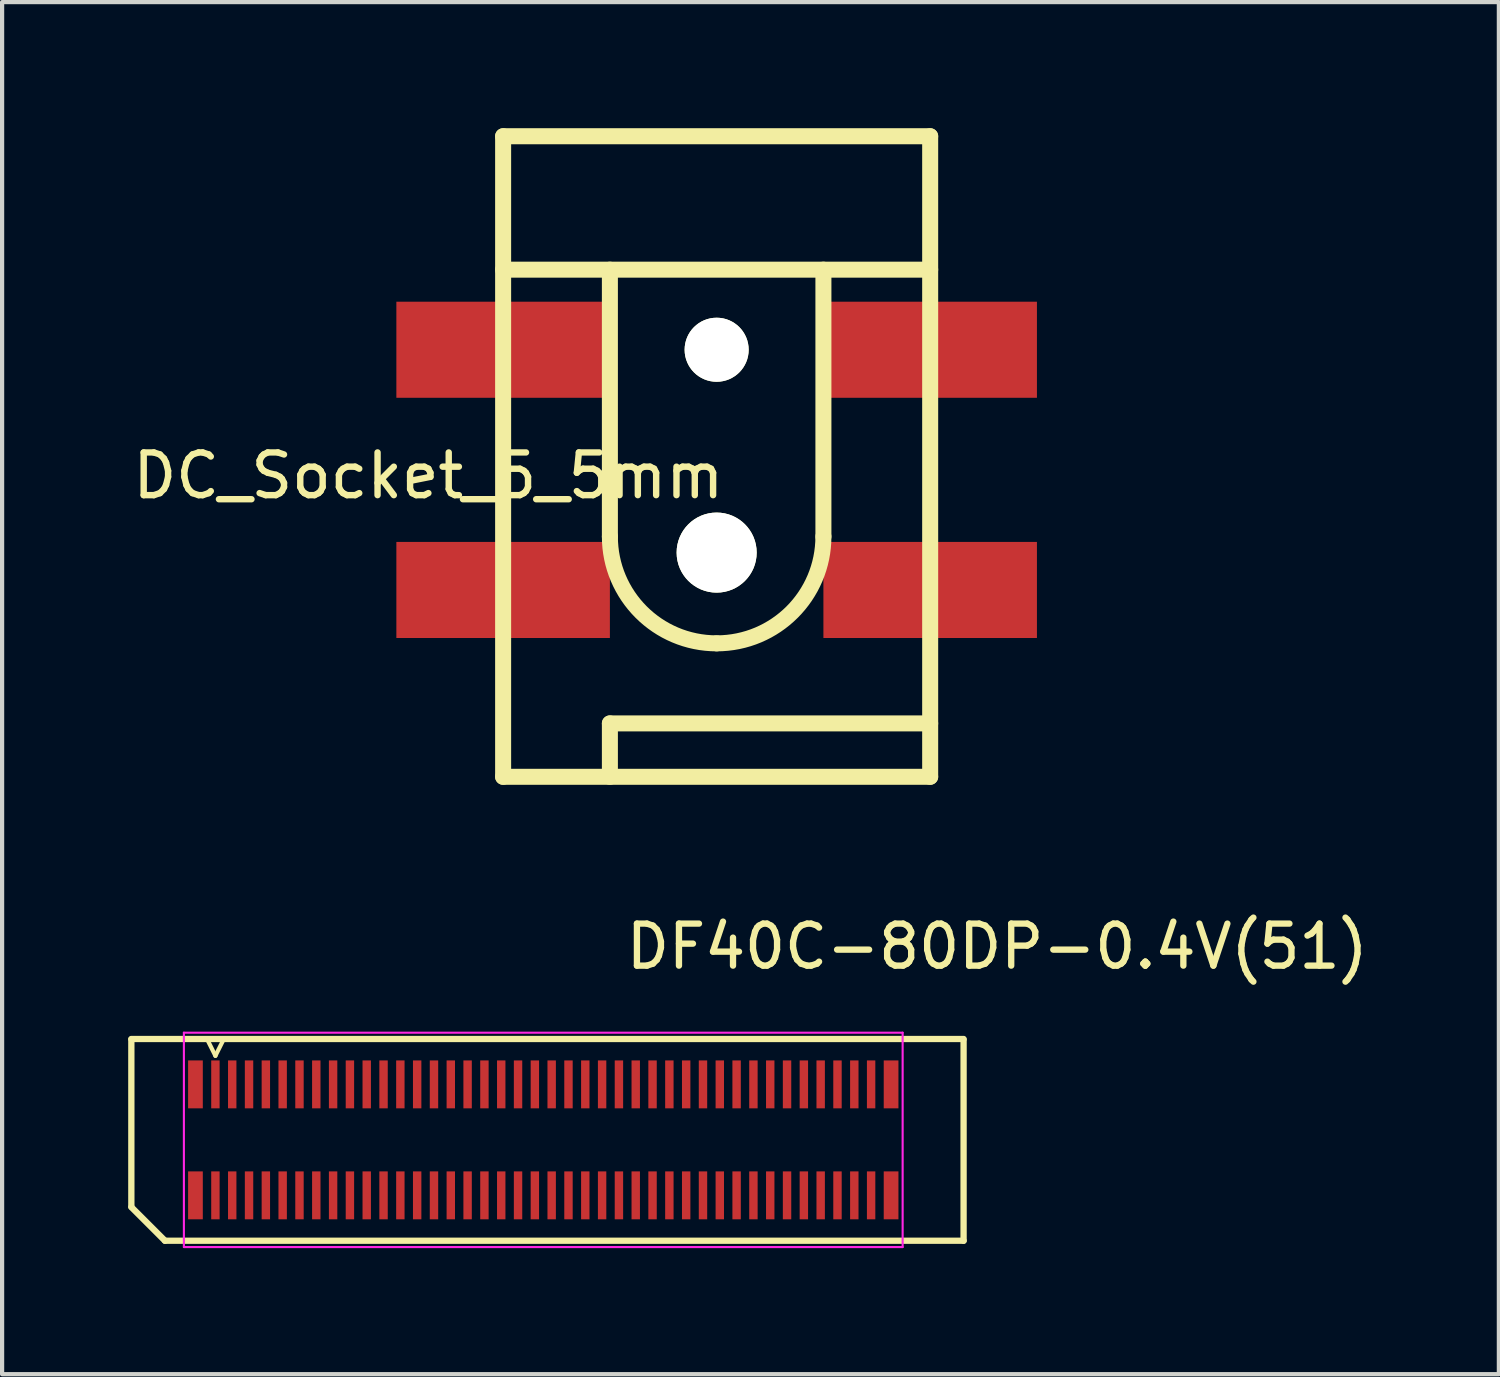
<source format=kicad_pcb>
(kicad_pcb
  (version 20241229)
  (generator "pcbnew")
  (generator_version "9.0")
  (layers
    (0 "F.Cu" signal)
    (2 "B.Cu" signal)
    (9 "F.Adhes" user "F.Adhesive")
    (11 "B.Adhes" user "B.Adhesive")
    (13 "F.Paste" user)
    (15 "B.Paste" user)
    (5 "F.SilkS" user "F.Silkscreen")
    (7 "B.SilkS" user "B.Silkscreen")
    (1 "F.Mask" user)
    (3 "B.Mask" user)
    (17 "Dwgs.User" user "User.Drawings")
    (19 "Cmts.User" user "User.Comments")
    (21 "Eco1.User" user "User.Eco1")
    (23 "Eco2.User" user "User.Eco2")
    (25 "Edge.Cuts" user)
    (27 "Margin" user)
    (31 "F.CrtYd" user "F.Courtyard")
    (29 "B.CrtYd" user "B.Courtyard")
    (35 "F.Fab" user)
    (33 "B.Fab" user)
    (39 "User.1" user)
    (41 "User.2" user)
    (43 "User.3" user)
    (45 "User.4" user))
  (footprint "DF40C-80DP-0.4V(51)"
    (layer "F.Cu")
    (at 9.875 24.069)
    (property "Reference" "DF40C-80DP-0.4V(51)" (at 10.8 -4.6 180) (layer "F.SilkS") (effects (font (size 1 1) (thickness 0.15))))
    (attr smd)
    (fp_line (start -9.8 -2.4) (end 10 -2.4) (stroke (width 0.15) (type solid)) (layer "F.SilkS"))
    (fp_line (start -9.8 1.59) (end -9.8 -2.39) (stroke (width 0.15) (type solid)) (layer "F.SilkS"))
    (fp_line (start -9 2.4) (end -9.8 1.6) (stroke (width 0.15) (type solid)) (layer "F.SilkS"))
    (fp_line (start -8 -2.4) (end -7.8 -2) (stroke (width 0.1) (type solid)) (layer "F.SilkS"))
    (fp_line (start -7.8 -2) (end -7.6 -2.4) (stroke (width 0.1) (type solid)) (layer "F.SilkS"))
    (fp_line (start -7.6 -2.4) (end -8 -2.4) (stroke (width 0.1) (type solid)) (layer "F.SilkS"))
    (fp_line (start 10 -2.38) (end 10 2.4) (stroke (width 0.15) (type solid)) (layer "F.SilkS"))
    (fp_line (start 10 2.4) (end -9 2.4) (stroke (width 0.15) (type solid)) (layer "F.SilkS"))
    (fp_line (start -8.55 -2.55) (end 8.55 -2.55) (stroke (width 0.05) (type solid)) (layer "F.CrtYd"))
    (fp_line (start -8.55 2.55) (end -8.55 -2.55) (stroke (width 0.05) (type solid)) (layer "F.CrtYd"))
    (fp_line (start 8.55 -2.55) (end 8.55 2.55) (stroke (width 0.05) (type solid)) (layer "F.CrtYd"))
    (fp_line (start 8.55 2.55) (end -8.55 2.55) (stroke (width 0.05) (type solid)) (layer "F.CrtYd"))
    (pad "0" smd rect (at -8.275 -1.32) (size 0.35 1.14) (layers "F.Cu" "F.Mask" "F.Paste"))
    (pad "0" smd rect (at -8.275 1.32) (size 0.35 1.14) (layers "F.Cu" "F.Mask" "F.Paste"))
    (pad "0" smd rect (at 8.275 -1.32 180) (size 0.35 1.14) (layers "F.Cu" "F.Mask" "F.Paste"))
    (pad "0" smd rect (at 8.275 1.32 180) (size 0.35 1.14) (layers "F.Cu" "F.Mask" "F.Paste"))
    (pad "1" smd rect (at -7.8 -1.32) (size 0.2 1.14) (layers "F.Cu" "F.Mask" "F.Paste"))
    (pad "2" smd rect (at -7.8 1.32) (size 0.2 1.14) (layers "F.Cu" "F.Mask" "F.Paste"))
    (pad "3" smd rect (at -7.4 -1.32) (size 0.2 1.14) (layers "F.Cu" "F.Mask" "F.Paste"))
    (pad "4" smd rect (at -7.4 1.32) (size 0.2 1.14) (layers "F.Cu" "F.Mask" "F.Paste"))
    (pad "5" smd rect (at -7 -1.32) (size 0.2 1.14) (layers "F.Cu" "F.Mask" "F.Paste"))
    (pad "6" smd rect (at -7 1.32) (size 0.2 1.14) (layers "F.Cu" "F.Mask" "F.Paste"))
    (pad "7" smd rect (at -6.6 -1.32) (size 0.2 1.14) (layers "F.Cu" "F.Mask" "F.Paste"))
    (pad "8" smd rect (at -6.6 1.32) (size 0.2 1.14) (layers "F.Cu" "F.Mask" "F.Paste"))
    (pad "9" smd rect (at -6.2 -1.32) (size 0.2 1.14) (layers "F.Cu" "F.Mask" "F.Paste"))
    (pad "10" smd rect (at -6.2 1.32) (size 0.2 1.14) (layers "F.Cu" "F.Mask" "F.Paste"))
    (pad "11" smd rect (at -5.8 -1.32) (size 0.2 1.14) (layers "F.Cu" "F.Mask" "F.Paste"))
    (pad "12" smd rect (at -5.8 1.32) (size 0.2 1.14) (layers "F.Cu" "F.Mask" "F.Paste"))
    (pad "13" smd rect (at -5.4 -1.32) (size 0.2 1.14) (layers "F.Cu" "F.Mask" "F.Paste"))
    (pad "14" smd rect (at -5.4 1.32) (size 0.2 1.14) (layers "F.Cu" "F.Mask" "F.Paste"))
    (pad "15" smd rect (at -5 -1.32) (size 0.2 1.14) (layers "F.Cu" "F.Mask" "F.Paste"))
    (pad "16" smd rect (at -5 1.32) (size 0.2 1.14) (layers "F.Cu" "F.Mask" "F.Paste"))
    (pad "17" smd rect (at -4.6 -1.32) (size 0.2 1.14) (layers "F.Cu" "F.Mask" "F.Paste"))
    (pad "18" smd rect (at -4.6 1.32) (size 0.2 1.14) (layers "F.Cu" "F.Mask" "F.Paste"))
    (pad "19" smd rect (at -4.2 -1.32) (size 0.2 1.14) (layers "F.Cu" "F.Mask" "F.Paste"))
    (pad "20" smd rect (at -4.2 1.32) (size 0.2 1.14) (layers "F.Cu" "F.Mask" "F.Paste"))
    (pad "21" smd rect (at -3.8 -1.32) (size 0.2 1.14) (layers "F.Cu" "F.Mask" "F.Paste"))
    (pad "22" smd rect (at -3.8 1.32) (size 0.2 1.14) (layers "F.Cu" "F.Mask" "F.Paste"))
    (pad "23" smd rect (at -3.4 -1.32) (size 0.2 1.14) (layers "F.Cu" "F.Mask" "F.Paste"))
    (pad "24" smd rect (at -3.4 1.32) (size 0.2 1.14) (layers "F.Cu" "F.Mask" "F.Paste"))
    (pad "25" smd rect (at -3 -1.32) (size 0.2 1.14) (layers "F.Cu" "F.Mask" "F.Paste"))
    (pad "26" smd rect (at -3 1.32) (size 0.2 1.14) (layers "F.Cu" "F.Mask" "F.Paste"))
    (pad "27" smd rect (at -2.6 -1.32) (size 0.2 1.14) (layers "F.Cu" "F.Mask" "F.Paste"))
    (pad "28" smd rect (at -2.6 1.32) (size 0.2 1.14) (layers "F.Cu" "F.Mask" "F.Paste"))
    (pad "29" smd rect (at -2.2 -1.32) (size 0.2 1.14) (layers "F.Cu" "F.Mask" "F.Paste"))
    (pad "30" smd rect (at -2.2 1.32) (size 0.2 1.14) (layers "F.Cu" "F.Mask" "F.Paste"))
    (pad "31" smd rect (at -1.8 -1.32) (size 0.2 1.14) (layers "F.Cu" "F.Mask" "F.Paste"))
    (pad "32" smd rect (at -1.8 1.32) (size 0.2 1.14) (layers "F.Cu" "F.Mask" "F.Paste"))
    (pad "33" smd rect (at -1.4 -1.32) (size 0.2 1.14) (layers "F.Cu" "F.Mask" "F.Paste"))
    (pad "34" smd rect (at -1.4 1.32) (size 0.2 1.14) (layers "F.Cu" "F.Mask" "F.Paste"))
    (pad "35" smd rect (at -1 -1.32) (size 0.2 1.14) (layers "F.Cu" "F.Mask" "F.Paste"))
    (pad "36" smd rect (at -1 1.32) (size 0.2 1.14) (layers "F.Cu" "F.Mask" "F.Paste"))
    (pad "37" smd rect (at -0.6 -1.32) (size 0.2 1.14) (layers "F.Cu" "F.Mask" "F.Paste"))
    (pad "38" smd rect (at -0.6 1.32) (size 0.2 1.14) (layers "F.Cu" "F.Mask" "F.Paste"))
    (pad "39" smd rect (at -0.2 -1.32) (size 0.2 1.14) (layers "F.Cu" "F.Mask" "F.Paste"))
    (pad "40" smd rect (at -0.2 1.32) (size 0.2 1.14) (layers "F.Cu" "F.Mask" "F.Paste"))
    (pad "41" smd rect (at 0.2 -1.32) (size 0.2 1.14) (layers "F.Cu" "F.Mask" "F.Paste"))
    (pad "42" smd rect (at 0.2 1.32) (size 0.2 1.14) (layers "F.Cu" "F.Mask" "F.Paste"))
    (pad "43" smd rect (at 0.6 -1.32) (size 0.2 1.14) (layers "F.Cu" "F.Mask" "F.Paste"))
    (pad "44" smd rect (at 0.6 1.32) (size 0.2 1.14) (layers "F.Cu" "F.Mask" "F.Paste"))
    (pad "45" smd rect (at 1 -1.32) (size 0.2 1.14) (layers "F.Cu" "F.Mask" "F.Paste"))
    (pad "46" smd rect (at 1 1.32) (size 0.2 1.14) (layers "F.Cu" "F.Mask" "F.Paste"))
    (pad "47" smd rect (at 1.4 -1.32) (size 0.2 1.14) (layers "F.Cu" "F.Mask" "F.Paste"))
    (pad "48" smd rect (at 1.4 1.32) (size 0.2 1.14) (layers "F.Cu" "F.Mask" "F.Paste"))
    (pad "49" smd rect (at 1.8 -1.32) (size 0.2 1.14) (layers "F.Cu" "F.Mask" "F.Paste"))
    (pad "50" smd rect (at 1.8 1.32) (size 0.2 1.14) (layers "F.Cu" "F.Mask" "F.Paste"))
    (pad "51" smd rect (at 2.2 -1.32) (size 0.2 1.14) (layers "F.Cu" "F.Mask" "F.Paste"))
    (pad "52" smd rect (at 2.2 1.32) (size 0.2 1.14) (layers "F.Cu" "F.Mask" "F.Paste"))
    (pad "53" smd rect (at 2.6 -1.32) (size 0.2 1.14) (layers "F.Cu" "F.Mask" "F.Paste"))
    (pad "54" smd rect (at 2.6 1.32) (size 0.2 1.14) (layers "F.Cu" "F.Mask" "F.Paste"))
    (pad "55" smd rect (at 3 -1.32) (size 0.2 1.14) (layers "F.Cu" "F.Mask" "F.Paste"))
    (pad "56" smd rect (at 3 1.32) (size 0.2 1.14) (layers "F.Cu" "F.Mask" "F.Paste"))
    (pad "57" smd rect (at 3.4 -1.32) (size 0.2 1.14) (layers "F.Cu" "F.Mask" "F.Paste"))
    (pad "58" smd rect (at 3.4 1.32) (size 0.2 1.14) (layers "F.Cu" "F.Mask" "F.Paste"))
    (pad "59" smd rect (at 3.8 -1.32) (size 0.2 1.14) (layers "F.Cu" "F.Mask" "F.Paste"))
    (pad "60" smd rect (at 3.8 1.32) (size 0.2 1.14) (layers "F.Cu" "F.Mask" "F.Paste"))
    (pad "61" smd rect (at 4.2 -1.32) (size 0.2 1.14) (layers "F.Cu" "F.Mask" "F.Paste"))
    (pad "62" smd rect (at 4.2 1.32) (size 0.2 1.14) (layers "F.Cu" "F.Mask" "F.Paste"))
    (pad "63" smd rect (at 4.6 -1.32) (size 0.2 1.14) (layers "F.Cu" "F.Mask" "F.Paste"))
    (pad "64" smd rect (at 4.6 1.32) (size 0.2 1.14) (layers "F.Cu" "F.Mask" "F.Paste"))
    (pad "65" smd rect (at 5 -1.32) (size 0.2 1.14) (layers "F.Cu" "F.Mask" "F.Paste"))
    (pad "66" smd rect (at 5 1.32) (size 0.2 1.14) (layers "F.Cu" "F.Mask" "F.Paste"))
    (pad "67" smd rect (at 5.4 -1.32) (size 0.2 1.14) (layers "F.Cu" "F.Mask" "F.Paste"))
    (pad "68" smd rect (at 5.4 1.32) (size 0.2 1.14) (layers "F.Cu" "F.Mask" "F.Paste"))
    (pad "69" smd rect (at 5.8 -1.32) (size 0.2 1.14) (layers "F.Cu" "F.Mask" "F.Paste"))
    (pad "70" smd rect (at 5.8 1.32) (size 0.2 1.14) (layers "F.Cu" "F.Mask" "F.Paste"))
    (pad "71" smd rect (at 6.2 -1.32) (size 0.2 1.14) (layers "F.Cu" "F.Mask" "F.Paste"))
    (pad "72" smd rect (at 6.2 1.32) (size 0.2 1.14) (layers "F.Cu" "F.Mask" "F.Paste"))
    (pad "73" smd rect (at 6.6 -1.32) (size 0.2 1.14) (layers "F.Cu" "F.Mask" "F.Paste"))
    (pad "74" smd rect (at 6.6 1.32) (size 0.2 1.14) (layers "F.Cu" "F.Mask" "F.Paste"))
    (pad "75" smd rect (at 7 -1.32) (size 0.2 1.14) (layers "F.Cu" "F.Mask" "F.Paste"))
    (pad "76" smd rect (at 7 1.32) (size 0.2 1.14) (layers "F.Cu" "F.Mask" "F.Paste"))
    (pad "77" smd rect (at 7.4 -1.32) (size 0.2 1.14) (layers "F.Cu" "F.Mask" "F.Paste"))
    (pad "78" smd rect (at 7.4 1.32) (size 0.2 1.14) (layers "F.Cu" "F.Mask" "F.Paste"))
    (pad "79" smd rect (at 7.8 -1.32) (size 0.2 1.14) (layers "F.Cu" "F.Mask" "F.Paste"))
    (pad "80" smd rect (at 7.8 1.32) (size 0.2 1.14) (layers "F.Cu" "F.Mask" "F.Paste")))
  (footprint "DC_Socket_5_5mm"
    (layer "F.Cu")
    (at 14 5.271)
    (property "Reference" "DC_Socket_5_5mm" (at -6.858 2.997 0) (layer "F.SilkS") (effects (font (size 1.016 1.016) (thickness 0.152))))
    (attr through_hole)
    (fp_line (start -5.08 -5.08) (end -5.08 10.16) (stroke (width 0.381) (type solid)) (layer "F.SilkS"))
    (fp_line (start -5.08 -1.905) (end 5.08 -1.905) (stroke (width 0.381) (type solid)) (layer "F.SilkS"))
    (fp_line (start -5.08 10.16) (end 5.08 10.16) (stroke (width 0.381) (type solid)) (layer "F.SilkS"))
    (fp_line (start -2.54 4.445) (end -2.54 -1.905) (stroke (width 0.381) (type solid)) (layer "F.SilkS"))
    (fp_line (start -2.54 8.89) (end 5.08 8.89) (stroke (width 0.381) (type solid)) (layer "F.SilkS"))
    (fp_line (start -2.54 10.16) (end -2.54 8.89) (stroke (width 0.381) (type solid)) (layer "F.SilkS"))
    (fp_line (start 2.54 4.445) (end 2.54 -1.905) (stroke (width 0.381) (type solid)) (layer "F.SilkS"))
    (fp_line (start 5.08 -5.08) (end -5.08 -5.08) (stroke (width 0.381) (type solid)) (layer "F.SilkS"))
    (fp_line (start 5.08 10.16) (end 5.08 -5.08) (stroke (width 0.381) (type solid)) (layer "F.SilkS"))
    (fp_arc (start 0 6.985) (mid -1.796051 6.241051) (end -2.54 4.445) (stroke (width 0.381) (type solid)) (layer "F.SilkS"))
    (fp_arc (start 2.54 4.445) (mid 1.796051 6.241051) (end 0 6.985) (stroke (width 0.381) (type solid)) (layer "F.SilkS"))
    (pad "" np_thru_hole circle (at 0 0) (size 1.524 1.524) (drill 1.524) (layers "*.Cu" "*.Mask" "F.SilkS"))
    (pad "" np_thru_hole circle (at 0 4.826) (size 1.905 1.905) (drill 1.905) (layers "*.Cu" "*.Mask" "F.SilkS"))
    (pad "1" smd rect (at -5.08 0) (size 5.08 2.286) (layers "F.Cu" "F.Mask" "F.Paste"))
    (pad "2" smd rect (at -5.08 5.715) (size 5.08 2.286) (layers "F.Cu" "F.Mask" "F.Paste"))
    (pad "3" smd rect (at 5.08 5.715) (size 5.08 2.286) (layers "F.Cu" "F.Mask" "F.Paste"))
    (pad "4" smd rect (at 5.08 0) (size 5.08 2.286) (layers "F.Cu" "F.Mask" "F.Paste")))
  (gr_rect
    (start -3 -3)
    (end 32.61 29.644)
    (stroke (width 0.1) (type default))
    (fill no)
    (layer "Edge.Cuts")))
</source>
